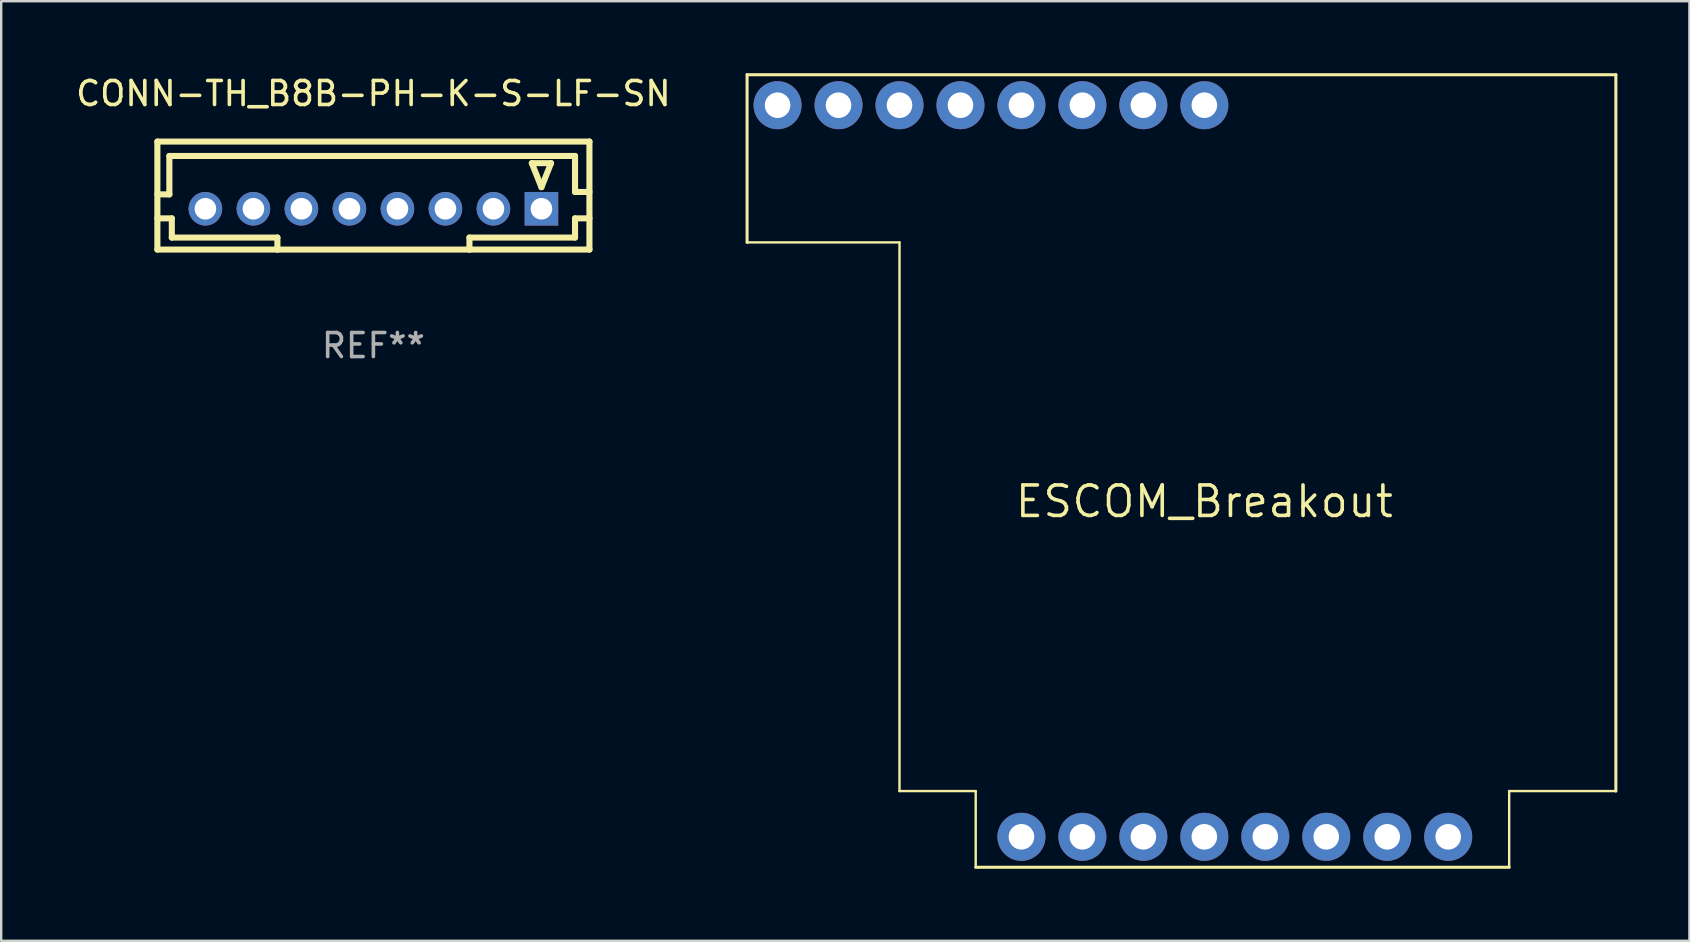
<source format=kicad_pcb>
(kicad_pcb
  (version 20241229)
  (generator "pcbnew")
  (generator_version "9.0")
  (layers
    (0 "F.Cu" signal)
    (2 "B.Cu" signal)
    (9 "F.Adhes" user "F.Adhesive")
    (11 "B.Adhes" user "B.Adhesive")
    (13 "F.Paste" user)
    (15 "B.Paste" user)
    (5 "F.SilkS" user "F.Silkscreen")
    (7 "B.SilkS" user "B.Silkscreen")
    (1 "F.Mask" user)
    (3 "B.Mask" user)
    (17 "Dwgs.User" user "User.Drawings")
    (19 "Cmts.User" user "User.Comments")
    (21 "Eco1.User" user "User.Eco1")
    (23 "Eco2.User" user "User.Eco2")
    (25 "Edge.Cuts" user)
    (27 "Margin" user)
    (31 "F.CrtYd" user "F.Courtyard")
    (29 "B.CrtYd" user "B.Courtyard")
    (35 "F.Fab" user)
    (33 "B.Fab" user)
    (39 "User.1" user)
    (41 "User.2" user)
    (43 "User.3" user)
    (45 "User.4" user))
  (footprint "CONN-TH_B8B-PH-K-S-LF-SN"
    (layer "F.Cu")
    (at 12.507 5.648)
    (property "Reference" "CONN-TH_B8B-PH-K-S-LF-SN" (at -0.001 -4.8 0) (layer "F.SilkS") (effects (font (size 1 1) (thickness 0.15))))
    (attr through_hole)
    (fp_line (start -9 -2.8) (end -9 1.7) (stroke (width 0.254) (type solid)) (layer "F.SilkS"))
    (fp_line (start -9 -0.6) (end -8.501 -0.599) (stroke (width 0.254) (type solid)) (layer "F.SilkS"))
    (fp_line (start -9 1.7) (end 9 1.7) (stroke (width 0.254) (type solid)) (layer "F.SilkS"))
    (fp_line (start -8.501 -2.2) (end 8.4 -2.2) (stroke (width 0.254) (type solid)) (layer "F.SilkS"))
    (fp_line (start -8.501 -0.599) (end -8.501 -2.2) (stroke (width 0.254) (type solid)) (layer "F.SilkS"))
    (fp_line (start -8.399 0.399) (end -9.001 0.399) (stroke (width 0.254) (type solid)) (layer "F.SilkS"))
    (fp_line (start -8.399 1.199) (end -8.399 0.399) (stroke (width 0.254) (type solid)) (layer "F.SilkS"))
    (fp_line (start -4 1.199) (end -8.399 1.199) (stroke (width 0.254) (type solid)) (layer "F.SilkS"))
    (fp_line (start -4 1.699) (end -4 1.199) (stroke (width 0.254) (type solid)) (layer "F.SilkS"))
    (fp_line (start -4 1.7) (end -4 1.699) (stroke (width 0.254) (type solid)) (layer "F.SilkS"))
    (fp_line (start 4.001 1.199) (end 4.001 1.699) (stroke (width 0.254) (type solid)) (layer "F.SilkS"))
    (fp_line (start 4.001 1.699) (end 4 1.7) (stroke (width 0.254) (type solid)) (layer "F.SilkS"))
    (fp_line (start 6.6 -1.9) (end 7.4 -1.9) (stroke (width 0.254) (type solid)) (layer "F.SilkS"))
    (fp_line (start 7 -0.9) (end 6.6 -1.9) (stroke (width 0.254) (type solid)) (layer "F.SilkS"))
    (fp_line (start 7.4 -1.9) (end 7.001 -0.899) (stroke (width 0.254) (type solid)) (layer "F.SilkS"))
    (fp_line (start 8.4 -2.2) (end 8.4 -0.701) (stroke (width 0.254) (type solid)) (layer "F.SilkS"))
    (fp_line (start 8.4 -0.701) (end 9 -0.701) (stroke (width 0.254) (type solid)) (layer "F.SilkS"))
    (fp_line (start 8.4 0.399) (end 8.4 1.199) (stroke (width 0.254) (type solid)) (layer "F.SilkS"))
    (fp_line (start 8.4 1.199) (end 4.001 1.199) (stroke (width 0.254) (type solid)) (layer "F.SilkS"))
    (fp_line (start 9 0.399) (end 8.4 0.399) (stroke (width 0.254) (type solid)) (layer "F.SilkS"))
    (fp_line (start 9 -2.8) (end -9 -2.8) (stroke (width 0.254) (type solid)) (layer "F.SilkS"))
    (fp_line (start 9 1.7) (end 9 -2.8) (stroke (width 0.254) (type solid)) (layer "F.SilkS"))
    (fp_circle (center 8.95 -2.8) (end 8.98 -2.8) (stroke (width 0.06) (type solid)) (fill no) (layer "F.SilkS"))
    (fp_text user "REF**" (at -0.001 5.7 0) (layer "F.Fab") (effects (font (size 1 1) (thickness 0.15))))
    (pad "1" thru_hole rect (at 7 0) (size 1.4 1.4) (drill 0.9) (layers "*.Cu" "*.Mask"))
    (pad "2" thru_hole circle (at 5 0) (size 1.4 1.4) (drill 0.9) (layers "*.Cu" "*.Mask"))
    (pad "3" thru_hole circle (at 3 0) (size 1.4 1.4) (drill 0.9) (layers "*.Cu" "*.Mask"))
    (pad "4" thru_hole circle (at 1 0) (size 1.4 1.4) (drill 0.9) (layers "*.Cu" "*.Mask"))
    (pad "5" thru_hole circle (at -1 0) (size 1.4 1.4) (drill 0.9) (layers "*.Cu" "*.Mask"))
    (pad "6" thru_hole circle (at -3 0) (size 1.4 1.4) (drill 0.9) (layers "*.Cu" "*.Mask"))
    (pad "7" thru_hole circle (at -5 0) (size 1.4 1.4) (drill 0.9) (layers "*.Cu" "*.Mask"))
    (pad "8" thru_hole circle (at -7 0) (size 1.4 1.4) (drill 0.9) (layers "*.Cu" "*.Mask")))
  (footprint "ESCOM_Breakout"
    (layer "F.Cu")
    (at 47.125 17.843)
    (property "Reference" "ESCOM_Breakout" (at 0 0 0) (layer "F.SilkS") (effects (font (size 1.27 1.27) (thickness 0.15))))
    (fp_line (start -19.05 -17.78) (end -19.05 -10.795) (stroke (width 0.127) (type solid)) (layer "F.SilkS"))
    (fp_line (start -12.7 -10.795) (end -19.05 -10.795) (stroke (width 0.1) (type default)) (layer "F.SilkS"))
    (fp_line (start -12.7 12.065) (end -12.7 -10.795) (stroke (width 0.1) (type default)) (layer "F.SilkS"))
    (fp_line (start -12.7 12.065) (end -9.525 12.065) (stroke (width 0.1) (type default)) (layer "F.SilkS"))
    (fp_line (start -9.525 12.065) (end -9.525 15.24) (stroke (width 0.1) (type default)) (layer "F.SilkS"))
    (fp_line (start -9.525 15.24) (end 12.7 15.24) (stroke (width 0.127) (type solid)) (layer "F.SilkS"))
    (fp_line (start 12.7 12.065) (end 12.7 15.24) (stroke (width 0.1) (type default)) (layer "F.SilkS"))
    (fp_line (start 17.145 -17.78) (end -19.05 -17.78) (stroke (width 0.127) (type solid)) (layer "F.SilkS"))
    (fp_line (start 17.145 12.065) (end 12.7 12.065) (stroke (width 0.1) (type default)) (layer "F.SilkS"))
    (fp_line (start 17.145 12.065) (end 17.145 -17.78) (stroke (width 0.127) (type solid)) (layer "F.SilkS"))
    (pad "1" thru_hole circle (at -17.78 -16.51) (size 2 2) (drill 1.067) (layers "*.Cu" "*.Mask"))
    (pad "2" thru_hole circle (at -15.24 -16.51) (size 2 2) (drill 1.067) (layers "*.Cu" "*.Mask"))
    (pad "3" thru_hole circle (at -12.7 -16.51) (size 2 2) (drill 1.067) (layers "*.Cu" "*.Mask"))
    (pad "4" thru_hole circle (at -10.16 -16.51) (size 2 2) (drill 1.067) (layers "*.Cu" "*.Mask"))
    (pad "5" thru_hole circle (at -7.62 -16.51) (size 2 2) (drill 1.067) (layers "*.Cu" "*.Mask"))
    (pad "6" thru_hole circle (at -5.08 -16.51) (size 2 2) (drill 1.067) (layers "*.Cu" "*.Mask"))
    (pad "7" thru_hole circle (at -2.54 -16.51) (size 2 2) (drill 1.067) (layers "*.Cu" "*.Mask"))
    (pad "8" thru_hole circle (at 0 -16.51) (size 2 2) (drill 1.067) (layers "*.Cu" "*.Mask"))
    (pad "9" thru_hole circle (at 10.16 13.97) (size 2 2) (drill 1.067) (layers "*.Cu" "*.Mask"))
    (pad "10" thru_hole circle (at 7.62 13.97) (size 2 2) (drill 1.067) (layers "*.Cu" "*.Mask"))
    (pad "11" thru_hole circle (at 5.08 13.97) (size 2 2) (drill 1.067) (layers "*.Cu" "*.Mask"))
    (pad "12" thru_hole circle (at 2.54 13.97) (size 2 2) (drill 1.067) (layers "*.Cu" "*.Mask"))
    (pad "13" thru_hole circle (at 0 13.97) (size 2 2) (drill 1.067) (layers "*.Cu" "*.Mask"))
    (pad "14" thru_hole circle (at -2.54 13.97) (size 2 2) (drill 1.067) (layers "*.Cu" "*.Mask"))
    (pad "15" thru_hole circle (at -5.08 13.97) (size 2 2) (drill 1.067) (layers "*.Cu" "*.Mask"))
    (pad "16" thru_hole circle (at -7.62 13.97) (size 2 2) (drill 1.067) (layers "*.Cu" "*.Mask")))
  (gr_rect
    (start -3 -3)
    (end 67.334 36.147)
    (stroke (width 0.1) (type default))
    (fill no)
    (layer "Edge.Cuts")))
</source>
